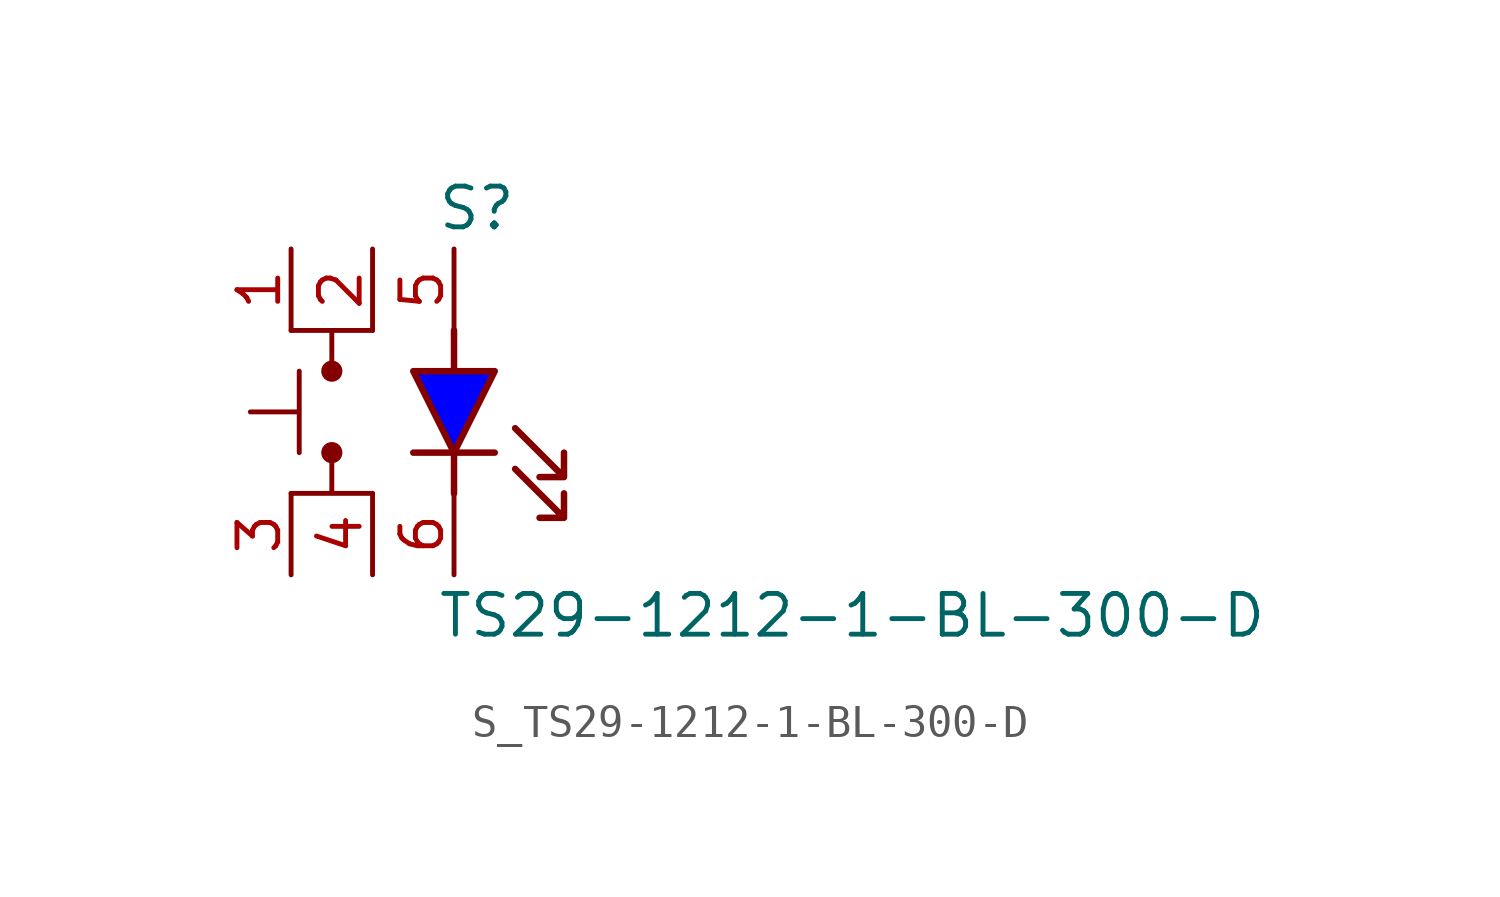
<source format=kicad_sym>
(kicad_symbol_lib
  (version 20231120)
  (generator kicad_symbol_editor)
  (generator_version 8.0)
  (symbol "S_TS29-1212-1-BL-300-D"
    (pin_names
      (offset 0.254))
    (property "Reference" "S"
      (at 2 6.35 0)
      (effects (font (size 1.27 1.27)) (justify left)))
    (property "Value" "TS29-1212-1-BL-300-D"
      (at 2 -6.35 0)
      (effects (font (size 1.27 1.27)) (justify left)))
    (symbol "S_TS29-1212-1-BL-300-D_0_0"
      (pin passive line (at -2.54 5.08 270) (length 2.54) (name "" (effects (font (size 1.27 1.27)))) (number "1" (effects (font (size 1.27 1.27)))))
      (pin passive line (at 0 5.08 270) (length 2.54) (name "" (effects (font (size 1.27 1.27)))) (number "2" (effects (font (size 1.27 1.27)))))
      (pin passive line (at 2.54 5.08 270) (length 2.54) (name "" (effects (font (size 1.27 1.27)))) (number "5" (effects (font (size 1.27 1.27)))))
      (pin passive line (at -2.54 -5.08 90) (length 2.54) (name "" (effects (font (size 1.27 1.27)))) (number "3" (effects (font (size 1.27 1.27)))))
      (pin passive line (at 0 -5.08 90) (length 2.54) (name "" (effects (font (size 1.27 1.27)))) (number "4" (effects (font (size 1.27 1.27)))))
      (pin passive line (at 2.54 -5.08 90) (length 2.54) (name "" (effects (font (size 1.27 1.27)))) (number "6" (effects (font (size 1.27 1.27)))))
      (polyline (pts (xy -2.286 1.27) (xy -2.286 -1.27) (xy -2.286 0) (xy -3.81 0)) (stroke (width 0) (type default)) (fill (type none)))
      (circle (center -1.27 1.27) (radius 0.254) (stroke (width 0) (type solid)) (fill (type outline)))
      (circle (center -1.27 -1.27) (radius 0.254) (stroke (width 0) (type solid)) (fill (type outline)))
      (polyline (pts (xy 0 2.54) (xy -2.54 2.54) (xy -1.27 2.54) (xy -1.27 1.27)) (stroke (width 0) (type default)) (fill (type none)))
      (polyline (pts (xy 0 -2.54) (xy -2.54 -2.54) (xy -1.27 -2.54) (xy -1.27 -1.27)) (stroke (width 0) (type default)) (fill (type none)))
      (polyline (pts (xy 2.54 -2.54) (xy 2.54 -1.27) (xy 3.81 -1.27) (xy 2.54 -1.27) (xy 3.81 1.27) (xy 2.54 1.27) (xy 2.54 2.54) (xy 2.54 1.27) (xy 1.27 1.27) (xy 2.54 -1.27) (xy 1.27 -1.27) (xy 2.54 -1.27) (xy 2.54 -2.54)) (stroke (width 0.203) (type solid)) (fill (type color) (color 0 0 255 1)))
      (polyline (pts (xy 4.445 -0.508) (xy 5.969 -2.032) (xy 5.969 -1.27) (xy 5.969 -2.032) (xy 5.207 -2.032)) (stroke (width 0.203) (type default)) (fill (type none)))
      (polyline (pts (xy 4.445 -1.778) (xy 5.969 -3.302) (xy 5.969 -2.54) (xy 5.969 -3.302) (xy 5.207 -3.302)) (stroke (width 0.203) (type default)) (fill (type none))))
    (symbol "S_TS29-1212-1-BL-300-D_1_0")))
</source>
